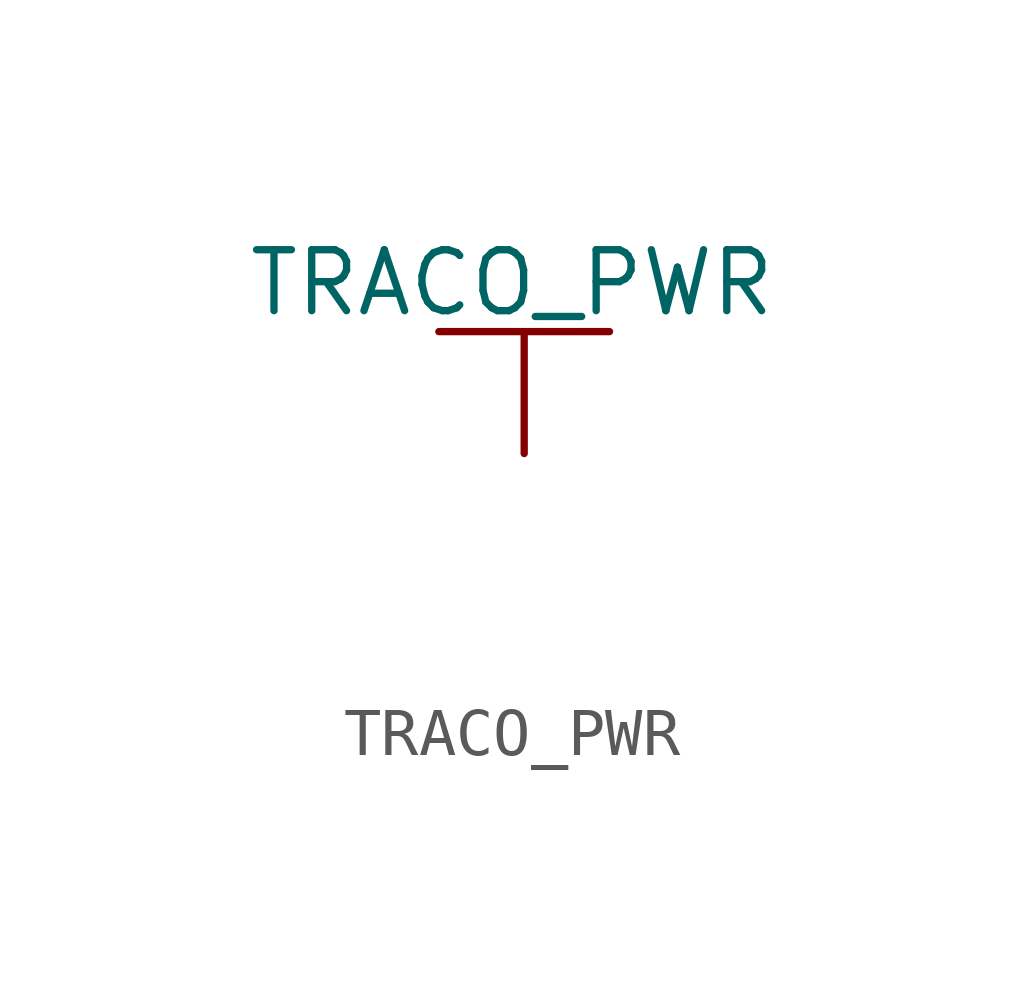
<source format=kicad_sym>
(kicad_symbol_lib
  (version 20231120)
  (generator "kicad_symbol_editor")
  (generator_version "8.0")
  (symbol "TRACO_PWR"
    (power)
    (pin_numbers hide)
    (pin_names
      (offset 0) hide)
    (property "Reference" "#PWR"
      (at 0 -3.81 0)
      (effects (font (size 1.27 1.27)) (hide yes)))
    (property "Value" "TRACO_PWR"
      (at -0.254 3.556 0)
      (effects (font (size 1.27 1.27))))
    (property "Footprint" ""
      (at 0 0 0)
      (effects (font (size 1.524 1.524))))
    (property "Datasheet" ""
      (at 0 -3.81 0)
      (effects (font (size 1.524 1.524))))
    (symbol "TRACO_PWR_0_1"
      (polyline (pts (xy -1.778 2.54) (xy 0 2.54)) (stroke (width 0) (type default)) (fill (type none)))
      (polyline (pts (xy 0 0) (xy 0 2.54)) (stroke (width 0) (type default)) (fill (type none)))
      (polyline (pts (xy 0 2.54) (xy 1.778 2.54)) (stroke (width 0) (type default)) (fill (type none))))
    (symbol "TRACO_PWR_1_1"
      (pin power_in line (at 0 0 90) (length 0) hide (name "+VBat" (effects (font (size 1.27 1.27)))) (number "1" (effects (font (size 1.27 1.27))))))))
</source>
